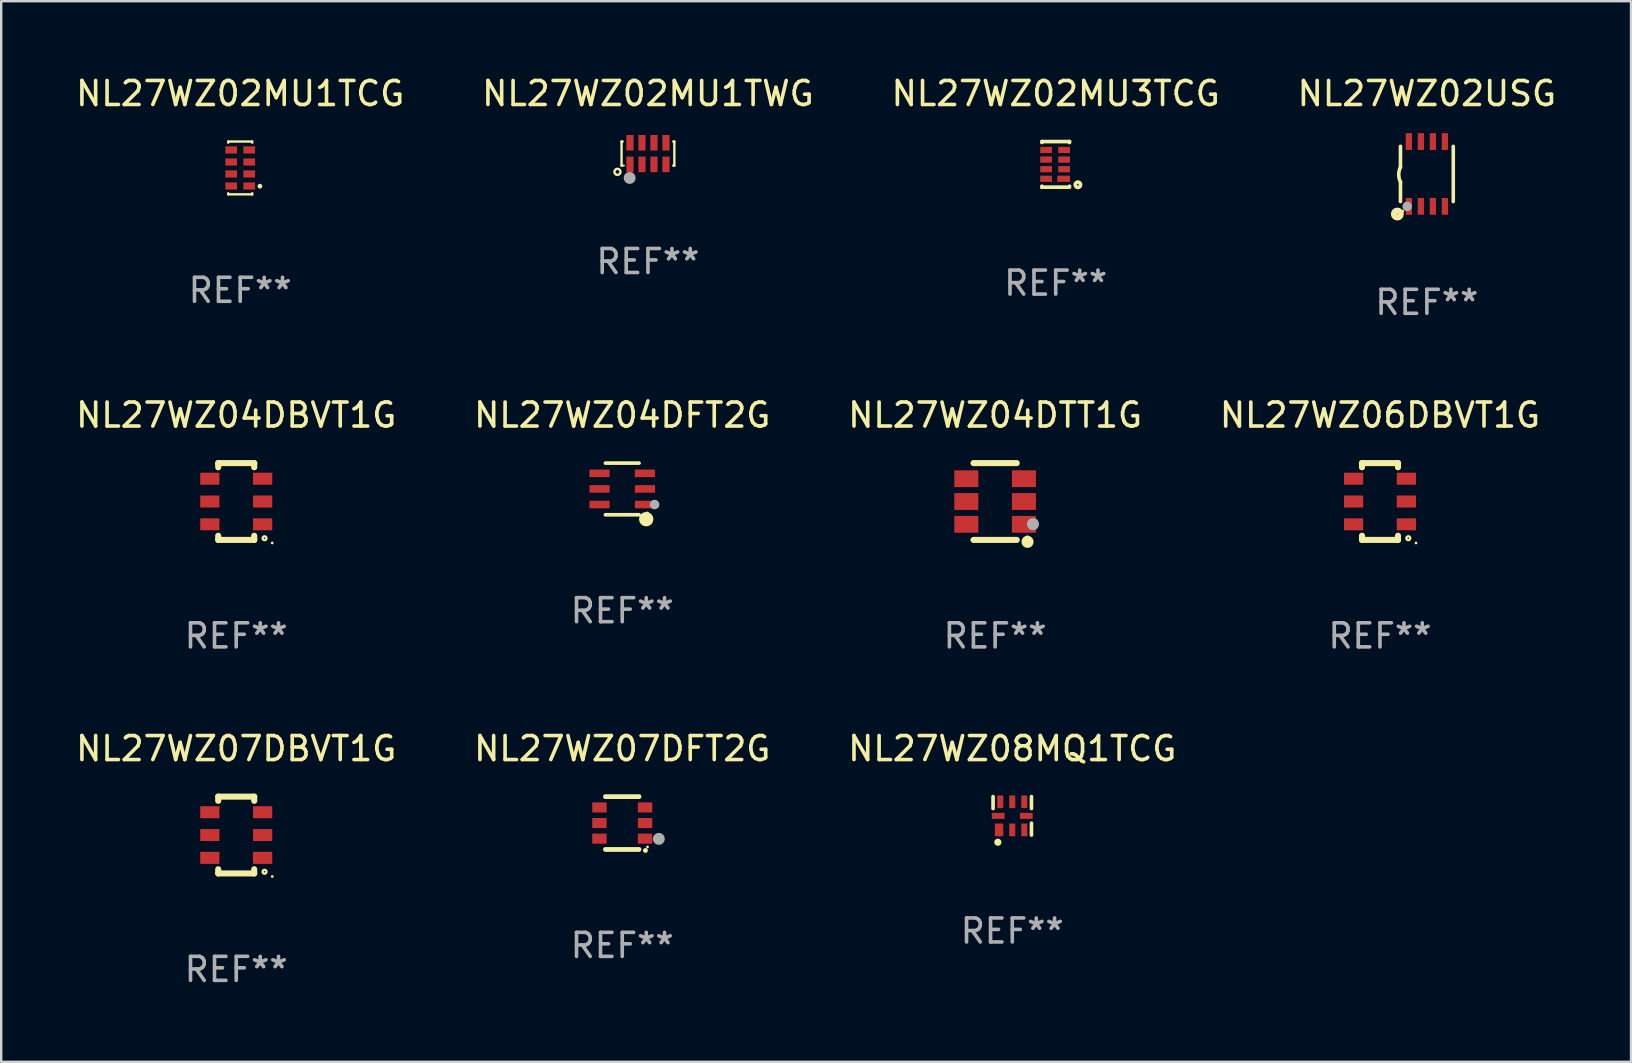
<source format=kicad_pcb>
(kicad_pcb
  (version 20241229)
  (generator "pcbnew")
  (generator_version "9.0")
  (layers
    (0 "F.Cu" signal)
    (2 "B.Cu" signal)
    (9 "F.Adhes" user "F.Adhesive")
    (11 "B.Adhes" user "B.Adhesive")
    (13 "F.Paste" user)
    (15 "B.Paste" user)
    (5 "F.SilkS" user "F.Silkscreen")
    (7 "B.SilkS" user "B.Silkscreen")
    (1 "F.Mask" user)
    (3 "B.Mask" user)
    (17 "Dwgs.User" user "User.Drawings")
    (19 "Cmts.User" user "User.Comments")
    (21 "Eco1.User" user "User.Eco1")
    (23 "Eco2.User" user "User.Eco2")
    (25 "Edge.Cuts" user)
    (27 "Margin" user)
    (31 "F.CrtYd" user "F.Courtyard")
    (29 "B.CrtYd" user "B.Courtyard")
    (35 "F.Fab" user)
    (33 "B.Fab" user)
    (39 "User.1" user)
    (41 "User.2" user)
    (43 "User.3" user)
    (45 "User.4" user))
  (footprint "NL27WZ08MQ1TCG"
    (layer "F.Cu")
    (at 39.125 30.941)
    (property "Reference" "NL27WZ08MQ1TCG" (at 0 -2.8 0) (layer "F.SilkS") (effects (font (size 1 1) (thickness 0.15))))
    (attr through_hole)
    (fp_line (start -0.8 -0.305) (end -0.8 -0.8) (stroke (width 0.152) (type solid)) (layer "F.SilkS"))
    (fp_line (start 0.8 -0.8) (end 0.8 -0.305) (stroke (width 0.152) (type solid)) (layer "F.SilkS"))
    (fp_line (start 0.8 0.305) (end 0.8 0.8) (stroke (width 0.152) (type solid)) (layer "F.SilkS"))
    (fp_circle (center -0.6 1.1) (end -0.525 1.1) (stroke (width 0.15) (type solid)) (fill no) (layer "F.SilkS"))
    (fp_text user "REF**" (at 0 4.8 0) (layer "F.Fab") (effects (font (size 1 1) (thickness 0.15))))
    (pad "1" smd rect (at -0.55 0.585 90) (size 0.53 0.35) (layers "F.Cu" "F.Mask" "F.Paste"))
    (pad "2" smd rect (at 0 0.585 90) (size 0.53 0.25) (layers "F.Cu" "F.Mask" "F.Paste"))
    (pad "3" smd rect (at 0.5 0.585 90) (size 0.53 0.25) (layers "F.Cu" "F.Mask" "F.Paste"))
    (pad "4" smd rect (at 0.585 0 90) (size 0.25 0.53) (layers "F.Cu" "F.Mask" "F.Paste"))
    (pad "5" smd rect (at 0.5 -0.585 90) (size 0.53 0.25) (layers "F.Cu" "F.Mask" "F.Paste"))
    (pad "6" smd rect (at 0 -0.585 90) (size 0.53 0.25) (layers "F.Cu" "F.Mask" "F.Paste"))
    (pad "7" smd rect (at -0.5 -0.585 90) (size 0.53 0.25) (layers "F.Cu" "F.Mask" "F.Paste"))
    (pad "8" smd rect (at -0.585 0 90) (size 0.25 0.53) (layers "F.Cu" "F.Mask" "F.Paste")))
  (footprint "NL27WZ07DFT2G"
    (layer "F.Cu")
    (at 22.875 31.241)
    (property "Reference" "NL27WZ07DFT2G" (at 0 -3.1 0) (layer "F.SilkS") (effects (font (size 1 1) (thickness 0.15))))
    (attr through_hole)
    (fp_line (start -0.7 -1.1) (end 0.7 -1.1) (stroke (width 0.2) (type solid)) (layer "F.SilkS"))
    (fp_line (start -0.7 1.1) (end 0.7 1.1) (stroke (width 0.2) (type solid)) (layer "F.SilkS"))
    (fp_arc (start 0.965202 1.143002) (mid 0.966472 1.142996) (end 0.967742 1.143002) (stroke (width 0.2) (type solid)) (layer "F.SilkS"))
    (fp_circle (center 1.053 1) (end 1.083 1) (stroke (width 0.06) (type solid)) (fill no) (layer "F.SilkS"))
    (fp_circle (center 1.524 0.66) (end 1.649 0.66) (stroke (width 0.25) (type solid)) (fill no) (layer "F.Fab"))
    (fp_text user "REF**" (at 0 5.1 0) (layer "F.Fab") (effects (font (size 1 1) (thickness 0.15))))
    (pad "1" smd rect (at 0.95 0.65 90) (size 0.42 0.6) (layers "F.Cu" "F.Mask" "F.Paste"))
    (pad "2" smd rect (at 0.95 0 90) (size 0.42 0.6) (layers "F.Cu" "F.Mask" "F.Paste"))
    (pad "3" smd rect (at 0.95 -0.65 90) (size 0.42 0.6) (layers "F.Cu" "F.Mask" "F.Paste"))
    (pad "4" smd rect (at -0.95 -0.65 270) (size 0.42 0.6) (layers "F.Cu" "F.Mask" "F.Paste"))
    (pad "5" smd rect (at -0.95 0 270) (size 0.42 0.6) (layers "F.Cu" "F.Mask" "F.Paste"))
    (pad "6" smd rect (at -0.95 0.65 270) (size 0.42 0.6) (layers "F.Cu" "F.Mask" "F.Paste")))
  (footprint "NL27WZ02USG"
    (layer "F.Cu")
    (at 56.399 4.198)
    (property "Reference" "NL27WZ02USG" (at 0 -3.35 0) (layer "F.SilkS") (effects (font (size 1 1) (thickness 0.15))))
    (attr through_hole)
    (fp_line (start -1.1 -1.15) (end -1.1 -0.282) (stroke (width 0.15) (type solid)) (layer "F.SilkS"))
    (fp_line (start -1.1 1.15) (end -1.1 0.332) (stroke (width 0.15) (type solid)) (layer "F.SilkS"))
    (fp_line (start 1.1 -1.15) (end 1.1 1.15) (stroke (width 0.15) (type solid)) (layer "F.SilkS"))
    (fp_arc (start -1.098883 0.33274) (mid -1.171878 0.025277) (end -1.1 -0.282449) (stroke (width 0.150013) (type solid)) (layer "F.SilkS"))
    (fp_circle (center -1.23 1.67) (end -1.087 1.67) (stroke (width 0.254) (type solid)) (fill no) (layer "F.SilkS"))
    (fp_circle (center -1 1.55) (end -0.97 1.55) (stroke (width 0.06) (type solid)) (fill no) (layer "F.SilkS"))
    (fp_circle (center -0.82 1.35) (end -0.72 1.35) (stroke (width 0.2) (type solid)) (fill no) (layer "F.Fab"))
    (fp_text user "REF**" (at 0 5.35 0) (layer "F.Fab") (effects (font (size 1 1) (thickness 0.15))))
    (pad "1" smd rect (at -0.75 1.35) (size 0.26 0.7) (layers "F.Cu" "F.Mask" "F.Paste"))
    (pad "2" smd rect (at -0.25 1.35) (size 0.26 0.7) (layers "F.Cu" "F.Mask" "F.Paste"))
    (pad "3" smd rect (at 0.25 1.35) (size 0.26 0.7) (layers "F.Cu" "F.Mask" "F.Paste"))
    (pad "4" smd rect (at 0.75 1.35) (size 0.26 0.7) (layers "F.Cu" "F.Mask" "F.Paste"))
    (pad "5" smd rect (at 0.75 -1.35) (size 0.26 0.7) (layers "F.Cu" "F.Mask" "F.Paste"))
    (pad "6" smd rect (at 0.25 -1.35) (size 0.26 0.7) (layers "F.Cu" "F.Mask" "F.Paste"))
    (pad "7" smd rect (at -0.25 -1.35) (size 0.26 0.7) (layers "F.Cu" "F.Mask" "F.Paste"))
    (pad "8" smd rect (at -0.75 -1.35) (size 0.26 0.7) (layers "F.Cu" "F.Mask" "F.Paste")))
  (footprint "NL27WZ04DBVT1G"
    (layer "F.Cu")
    (at 6.792 17.845)
    (property "Reference" "NL27WZ04DBVT1G" (at 0 -3.6 0) (layer "F.SilkS") (effects (font (size 1 1) (thickness 0.15))))
    (attr through_hole)
    (fp_line (start -0.75 -1.6) (end -0.75 -1.426) (stroke (width 0.254) (type solid)) (layer "F.SilkS"))
    (fp_line (start -0.75 -1.6) (end 0.75 -1.6) (stroke (width 0.254) (type solid)) (layer "F.SilkS"))
    (fp_line (start -0.75 1.426) (end -0.75 1.6) (stroke (width 0.254) (type solid)) (layer "F.SilkS"))
    (fp_line (start -0.75 1.6) (end 0.75 1.6) (stroke (width 0.254) (type solid)) (layer "F.SilkS"))
    (fp_line (start 0.75 -1.6) (end 0.75 -1.426) (stroke (width 0.254) (type solid)) (layer "F.SilkS"))
    (fp_line (start 0.75 1.426) (end 0.75 1.6) (stroke (width 0.254) (type solid)) (layer "F.SilkS"))
    (fp_circle (center 1.18 1.53) (end 1.26 1.53) (stroke (width 0.1) (type solid)) (fill no) (layer "F.SilkS"))
    (fp_circle (center 1.5 1.727) (end 1.53 1.727) (stroke (width 0.06) (type solid)) (fill no) (layer "F.SilkS"))
    (fp_text user "REF**" (at 0 5.6 0) (layer "F.Fab") (effects (font (size 1 1) (thickness 0.15))))
    (pad "1" smd rect (at 1.1 0.95 90) (size 0.5 0.8) (layers "F.Cu" "F.Mask" "F.Paste"))
    (pad "2" smd rect (at 1.1 0 90) (size 0.5 0.8) (layers "F.Cu" "F.Mask" "F.Paste"))
    (pad "3" smd rect (at 1.1 -0.95 90) (size 0.5 0.8) (layers "F.Cu" "F.Mask" "F.Paste"))
    (pad "4" smd rect (at -1.1 -0.95 90) (size 0.5 0.8) (layers "F.Cu" "F.Mask" "F.Paste"))
    (pad "5" smd rect (at -1.1 0 90) (size 0.5 0.8) (layers "F.Cu" "F.Mask" "F.Paste"))
    (pad "6" smd rect (at -1.1 0.95 90) (size 0.5 0.8) (layers "F.Cu" "F.Mask" "F.Paste")))
  (footprint "NL27WZ02MU1TWG"
    (layer "F.Cu")
    (at 23.946 3.348)
    (property "Reference" "NL27WZ02MU1TWG" (at 0 -2.5 0) (layer "F.SilkS") (effects (font (size 1 1) (thickness 0.15))))
    (attr through_hole)
    (fp_line (start -1.1 -0.5) (end -1.054 -0.5) (stroke (width 0.1) (type solid)) (layer "F.SilkS"))
    (fp_line (start -1.1 0.5) (end -1.1 -0.5) (stroke (width 0.1) (type solid)) (layer "F.SilkS"))
    (fp_line (start -1.1 0.5) (end -1.054 0.5) (stroke (width 0.1) (type solid)) (layer "F.SilkS"))
    (fp_line (start 1.054 0.5) (end 1.1 0.5) (stroke (width 0.1) (type solid)) (layer "F.SilkS"))
    (fp_line (start 1.054 -0.5) (end 1.1 -0.5) (stroke (width 0.1) (type solid)) (layer "F.SilkS"))
    (fp_line (start 1.1 -0.5) (end 1.1 0.5) (stroke (width 0.1) (type solid)) (layer "F.SilkS"))
    (fp_circle (center -1.27 0.762) (end -1.143 0.762) (stroke (width 0.1) (type solid)) (fill no) (layer "F.SilkS"))
    (fp_circle (center -1 0.5) (end -0.98 0.5) (stroke (width 0.04) (type solid)) (fill no) (layer "F.SilkS"))
    (fp_circle (center -0.762 1.016) (end -0.637 1.016) (stroke (width 0.25) (type solid)) (fill no) (layer "F.Fab"))
    (fp_text user "REF**" (at 0 4.5 0) (layer "F.Fab") (effects (font (size 1 1) (thickness 0.15))))
    (pad "1" smd rect (at -0.75 0.45) (size 0.3 0.65) (layers "F.Cu" "F.Mask" "F.Paste"))
    (pad "2" smd rect (at -0.25 0.45) (size 0.3 0.65) (layers "F.Cu" "F.Mask" "F.Paste"))
    (pad "3" smd rect (at 0.25 0.45) (size 0.3 0.65) (layers "F.Cu" "F.Mask" "F.Paste"))
    (pad "4" smd rect (at 0.75 0.45) (size 0.3 0.65) (layers "F.Cu" "F.Mask" "F.Paste"))
    (pad "5" smd rect (at 0.75 -0.45) (size 0.3 0.65) (layers "F.Cu" "F.Mask" "F.Paste"))
    (pad "6" smd rect (at 0.25 -0.45) (size 0.3 0.65) (layers "F.Cu" "F.Mask" "F.Paste"))
    (pad "7" smd rect (at -0.25 -0.45) (size 0.3 0.65) (layers "F.Cu" "F.Mask" "F.Paste"))
    (pad "8" smd rect (at -0.75 -0.45) (size 0.3 0.65) (layers "F.Cu" "F.Mask" "F.Paste")))
  (footprint "NL27WZ02MU3TCG"
    (layer "F.Cu")
    (at 40.935 3.798)
    (property "Reference" "NL27WZ02MU3TCG" (at 0 -2.95 0) (layer "F.SilkS") (effects (font (size 1 1) (thickness 0.15))))
    (attr through_hole)
    (fp_line (start -0.575 -0.91) (end -0.575 -0.95) (stroke (width 0.152) (type solid)) (layer "F.SilkS"))
    (fp_line (start -0.575 0.95) (end -0.575 0.91) (stroke (width 0.152) (type solid)) (layer "F.SilkS"))
    (fp_line (start 0.525 0.95) (end -0.575 0.95) (stroke (width 0.152) (type solid)) (layer "F.SilkS"))
    (fp_line (start 0.575 -0.95) (end -0.575 -0.95) (stroke (width 0.152) (type solid)) (layer "F.SilkS"))
    (fp_line (start 0.575 -0.95) (end 0.575 -0.91) (stroke (width 0.152) (type solid)) (layer "F.SilkS"))
    (fp_line (start 0.575 0.91) (end 0.575 0.95) (stroke (width 0.152) (type solid)) (layer "F.SilkS"))
    (fp_circle (center 0.925 0.85) (end 1.037 0.85) (stroke (width 0.152) (type solid)) (fill no) (layer "F.SilkS"))
    (fp_text user "REF**" (at 0 4.95 0) (layer "F.Fab") (effects (font (size 1 1) (thickness 0.15))))
    (pad "1" smd rect (at 0.33 0.6 90) (size 0.26 0.53) (layers "F.Cu" "F.Mask" "F.Paste"))
    (pad "2" smd rect (at 0.35 0.2 90) (size 0.26 0.49) (layers "F.Cu" "F.Mask" "F.Paste"))
    (pad "3" smd rect (at 0.35 -0.2 90) (size 0.26 0.49) (layers "F.Cu" "F.Mask" "F.Paste"))
    (pad "4" smd rect (at 0.35 -0.6 90) (size 0.26 0.49) (layers "F.Cu" "F.Mask" "F.Paste"))
    (pad "5" smd rect (at -0.4 -0.6 90) (size 0.26 0.49) (layers "F.Cu" "F.Mask" "F.Paste"))
    (pad "6" smd rect (at -0.4 -0.2 90) (size 0.26 0.49) (layers "F.Cu" "F.Mask" "F.Paste"))
    (pad "7" smd rect (at -0.4 0.2 90) (size 0.26 0.49) (layers "F.Cu" "F.Mask" "F.Paste"))
    (pad "8" smd rect (at -0.4 0.6 90) (size 0.26 0.49) (layers "F.Cu" "F.Mask" "F.Paste")))
  (footprint "NL27WZ07DBVT1G"
    (layer "F.Cu")
    (at 6.792 31.741)
    (property "Reference" "NL27WZ07DBVT1G" (at 0 -3.6 0) (layer "F.SilkS") (effects (font (size 1 1) (thickness 0.15))))
    (attr through_hole)
    (fp_line (start -0.75 -1.6) (end -0.75 -1.426) (stroke (width 0.254) (type solid)) (layer "F.SilkS"))
    (fp_line (start -0.75 -1.6) (end 0.75 -1.6) (stroke (width 0.254) (type solid)) (layer "F.SilkS"))
    (fp_line (start -0.75 1.426) (end -0.75 1.6) (stroke (width 0.254) (type solid)) (layer "F.SilkS"))
    (fp_line (start -0.75 1.6) (end 0.75 1.6) (stroke (width 0.254) (type solid)) (layer "F.SilkS"))
    (fp_line (start 0.75 -1.6) (end 0.75 -1.426) (stroke (width 0.254) (type solid)) (layer "F.SilkS"))
    (fp_line (start 0.75 1.426) (end 0.75 1.6) (stroke (width 0.254) (type solid)) (layer "F.SilkS"))
    (fp_circle (center 1.18 1.53) (end 1.26 1.53) (stroke (width 0.1) (type solid)) (fill no) (layer "F.SilkS"))
    (fp_circle (center 1.5 1.727) (end 1.53 1.727) (stroke (width 0.06) (type solid)) (fill no) (layer "F.SilkS"))
    (fp_text user "REF**" (at 0 5.6 0) (layer "F.Fab") (effects (font (size 1 1) (thickness 0.15))))
    (pad "1" smd rect (at 1.1 0.95 90) (size 0.5 0.8) (layers "F.Cu" "F.Mask" "F.Paste"))
    (pad "2" smd rect (at 1.1 0 90) (size 0.5 0.8) (layers "F.Cu" "F.Mask" "F.Paste"))
    (pad "3" smd rect (at 1.1 -0.95 90) (size 0.5 0.8) (layers "F.Cu" "F.Mask" "F.Paste"))
    (pad "4" smd rect (at -1.1 -0.95 90) (size 0.5 0.8) (layers "F.Cu" "F.Mask" "F.Paste"))
    (pad "5" smd rect (at -1.1 0 90) (size 0.5 0.8) (layers "F.Cu" "F.Mask" "F.Paste"))
    (pad "6" smd rect (at -1.1 0.95 90) (size 0.5 0.8) (layers "F.Cu" "F.Mask" "F.Paste")))
  (footprint "NL27WZ06DBVT1G"
    (layer "F.Cu")
    (at 54.446 17.845)
    (property "Reference" "NL27WZ06DBVT1G" (at 0 -3.6 0) (layer "F.SilkS") (effects (font (size 1 1) (thickness 0.15))))
    (attr through_hole)
    (fp_line (start -0.75 -1.6) (end -0.75 -1.426) (stroke (width 0.254) (type solid)) (layer "F.SilkS"))
    (fp_line (start -0.75 -1.6) (end 0.75 -1.6) (stroke (width 0.254) (type solid)) (layer "F.SilkS"))
    (fp_line (start -0.75 1.426) (end -0.75 1.6) (stroke (width 0.254) (type solid)) (layer "F.SilkS"))
    (fp_line (start -0.75 1.6) (end 0.75 1.6) (stroke (width 0.254) (type solid)) (layer "F.SilkS"))
    (fp_line (start 0.75 -1.6) (end 0.75 -1.426) (stroke (width 0.254) (type solid)) (layer "F.SilkS"))
    (fp_line (start 0.75 1.426) (end 0.75 1.6) (stroke (width 0.254) (type solid)) (layer "F.SilkS"))
    (fp_circle (center 1.18 1.53) (end 1.26 1.53) (stroke (width 0.1) (type solid)) (fill no) (layer "F.SilkS"))
    (fp_circle (center 1.5 1.727) (end 1.53 1.727) (stroke (width 0.06) (type solid)) (fill no) (layer "F.SilkS"))
    (fp_text user "REF**" (at 0 5.6 0) (layer "F.Fab") (effects (font (size 1 1) (thickness 0.15))))
    (pad "1" smd rect (at 1.1 0.95 90) (size 0.5 0.8) (layers "F.Cu" "F.Mask" "F.Paste"))
    (pad "2" smd rect (at 1.1 0 90) (size 0.5 0.8) (layers "F.Cu" "F.Mask" "F.Paste"))
    (pad "3" smd rect (at 1.1 -0.95 90) (size 0.5 0.8) (layers "F.Cu" "F.Mask" "F.Paste"))
    (pad "4" smd rect (at -1.1 -0.95 90) (size 0.5 0.8) (layers "F.Cu" "F.Mask" "F.Paste"))
    (pad "5" smd rect (at -1.1 0 90) (size 0.5 0.8) (layers "F.Cu" "F.Mask" "F.Paste"))
    (pad "6" smd rect (at -1.1 0.95 90) (size 0.5 0.8) (layers "F.Cu" "F.Mask" "F.Paste")))
  (footprint "NL27WZ04DTT1G"
    (layer "F.Cu")
    (at 38.411 17.845)
    (property "Reference" "NL27WZ04DTT1G" (at 0 -3.6 0) (layer "F.SilkS") (effects (font (size 1 1) (thickness 0.15))))
    (attr through_hole)
    (fp_line (start -0.9 -1.6) (end 0.9 -1.6) (stroke (width 0.254) (type solid)) (layer "F.SilkS"))
    (fp_line (start -0.9 1.6) (end 0.9 1.6) (stroke (width 0.254) (type solid)) (layer "F.SilkS"))
    (fp_circle (center 1.345 1.47) (end 1.375 1.47) (stroke (width 0.06) (type solid)) (fill no) (layer "F.SilkS"))
    (fp_circle (center 1.35 1.68) (end 1.477 1.68) (stroke (width 0.254) (type solid)) (fill no) (layer "F.SilkS"))
    (fp_circle (center 1.577 0.942) (end 1.704 0.942) (stroke (width 0.254) (type solid)) (fill no) (layer "F.Fab"))
    (fp_text user "REF**" (at 0 5.6 0) (layer "F.Fab") (effects (font (size 1 1) (thickness 0.15))))
    (pad "1" smd rect (at 1.2 0.95) (size 1 0.7) (layers "F.Cu" "F.Mask" "F.Paste"))
    (pad "2" smd rect (at 1.2 0.000102) (size 1 0.7) (layers "F.Cu" "F.Mask" "F.Paste"))
    (pad "3" smd rect (at 1.2 -0.95) (size 1 0.7) (layers "F.Cu" "F.Mask" "F.Paste"))
    (pad "4" smd rect (at -1.2 -0.95) (size 1 0.7) (layers "F.Cu" "F.Mask" "F.Paste"))
    (pad "5" smd rect (at -1.2 0.000102) (size 1 0.7) (layers "F.Cu" "F.Mask" "F.Paste"))
    (pad "6" smd rect (at -1.2 0.95) (size 1 0.7) (layers "F.Cu" "F.Mask" "F.Paste")))
  (footprint "NL27WZ02MU1TCG"
    (layer "F.Cu")
    (at 6.958 3.948)
    (property "Reference" "NL27WZ02MU1TCG" (at 0 -3.1 0) (layer "F.SilkS") (effects (font (size 1 1) (thickness 0.15))))
    (attr through_hole)
    (fp_line (start -0.5 -1.1) (end 0.5 -1.1) (stroke (width 0.1) (type solid)) (layer "F.SilkS"))
    (fp_line (start -0.5 -1.054) (end -0.5 -1.1) (stroke (width 0.1) (type solid)) (layer "F.SilkS"))
    (fp_line (start -0.5 1.1) (end -0.5 1.054) (stroke (width 0.1) (type solid)) (layer "F.SilkS"))
    (fp_line (start 0.5 -1.054) (end 0.5 -1.1) (stroke (width 0.1) (type solid)) (layer "F.SilkS"))
    (fp_line (start 0.5 1.1) (end -0.5 1.1) (stroke (width 0.1) (type solid)) (layer "F.SilkS"))
    (fp_line (start 0.5 1.1) (end 0.5 1.054) (stroke (width 0.1) (type solid)) (layer "F.SilkS"))
    (fp_circle (center 0.82 0.76) (end 0.87 0.76) (stroke (width 0.1) (type solid)) (fill no) (layer "F.SilkS"))
    (fp_text user "REF**" (at 0 5.1 0) (layer "F.Fab") (effects (font (size 1 1) (thickness 0.15))))
    (pad "1" smd rect (at 0.375 0.75 90) (size 0.3 0.49) (layers "F.Cu" "F.Mask" "F.Paste"))
    (pad "2" smd rect (at 0.375 0.25 90) (size 0.3 0.49) (layers "F.Cu" "F.Mask" "F.Paste"))
    (pad "3" smd rect (at 0.375 -0.25 90) (size 0.3 0.49) (layers "F.Cu" "F.Mask" "F.Paste"))
    (pad "4" smd rect (at 0.375 -0.75 90) (size 0.3 0.49) (layers "F.Cu" "F.Mask" "F.Paste"))
    (pad "5" smd rect (at -0.375 -0.75 90) (size 0.3 0.49) (layers "F.Cu" "F.Mask" "F.Paste"))
    (pad "6" smd rect (at -0.375 -0.25 90) (size 0.3 0.49) (layers "F.Cu" "F.Mask" "F.Paste"))
    (pad "7" smd rect (at -0.375 0.25 90) (size 0.3 0.49) (layers "F.Cu" "F.Mask" "F.Paste"))
    (pad "8" smd rect (at -0.375 0.75 90) (size 0.3 0.49) (layers "F.Cu" "F.Mask" "F.Paste")))
  (footprint "NL27WZ04DFT2G"
    (layer "F.Cu")
    (at 22.875 17.321)
    (property "Reference" "NL27WZ04DFT2G" (at 0 -3.076 0) (layer "F.SilkS") (effects (font (size 1 1) (thickness 0.15))))
    (attr through_hole)
    (fp_line (start 0.701 -1.076) (end -0.701 -1.076) (stroke (width 0.152) (type solid)) (layer "F.SilkS"))
    (fp_line (start 0.701 1.076) (end -0.701 1.076) (stroke (width 0.152) (type solid)) (layer "F.SilkS"))
    (fp_circle (center 0.998 1.26) (end 1.148 1.26) (stroke (width 0.3) (type solid)) (fill no) (layer "F.SilkS"))
    (fp_circle (center 1.05 1) (end 1.08 1) (stroke (width 0.06) (type solid)) (fill no) (layer "F.SilkS"))
    (fp_circle (center 1.35 0.65) (end 1.45 0.65) (stroke (width 0.2) (type solid)) (fill no) (layer "F.Fab"))
    (fp_text user "REF**" (at 0 5.076 0) (layer "F.Fab") (effects (font (size 1 1) (thickness 0.15))))
    (pad "1" smd rect (at 0.946 0.65) (size 0.841 0.315) (layers "F.Cu" "F.Mask" "F.Paste"))
    (pad "2" smd rect (at 0.946 0) (size 0.841 0.315) (layers "F.Cu" "F.Mask" "F.Paste"))
    (pad "3" smd rect (at 0.946 -0.65) (size 0.841 0.315) (layers "F.Cu" "F.Mask" "F.Paste"))
    (pad "4" smd rect (at -0.946 -0.65) (size 0.841 0.315) (layers "F.Cu" "F.Mask" "F.Paste"))
    (pad "5" smd rect (at -0.946 0) (size 0.841 0.315) (layers "F.Cu" "F.Mask" "F.Paste"))
    (pad "6" smd rect (at -0.946 0.65) (size 0.841 0.315) (layers "F.Cu" "F.Mask" "F.Paste")))
  (gr_rect
    (start -3 -3)
    (end 64.905 41.19)
    (stroke (width 0.1) (type default))
    (fill no)
    (layer "Edge.Cuts")))
</source>
